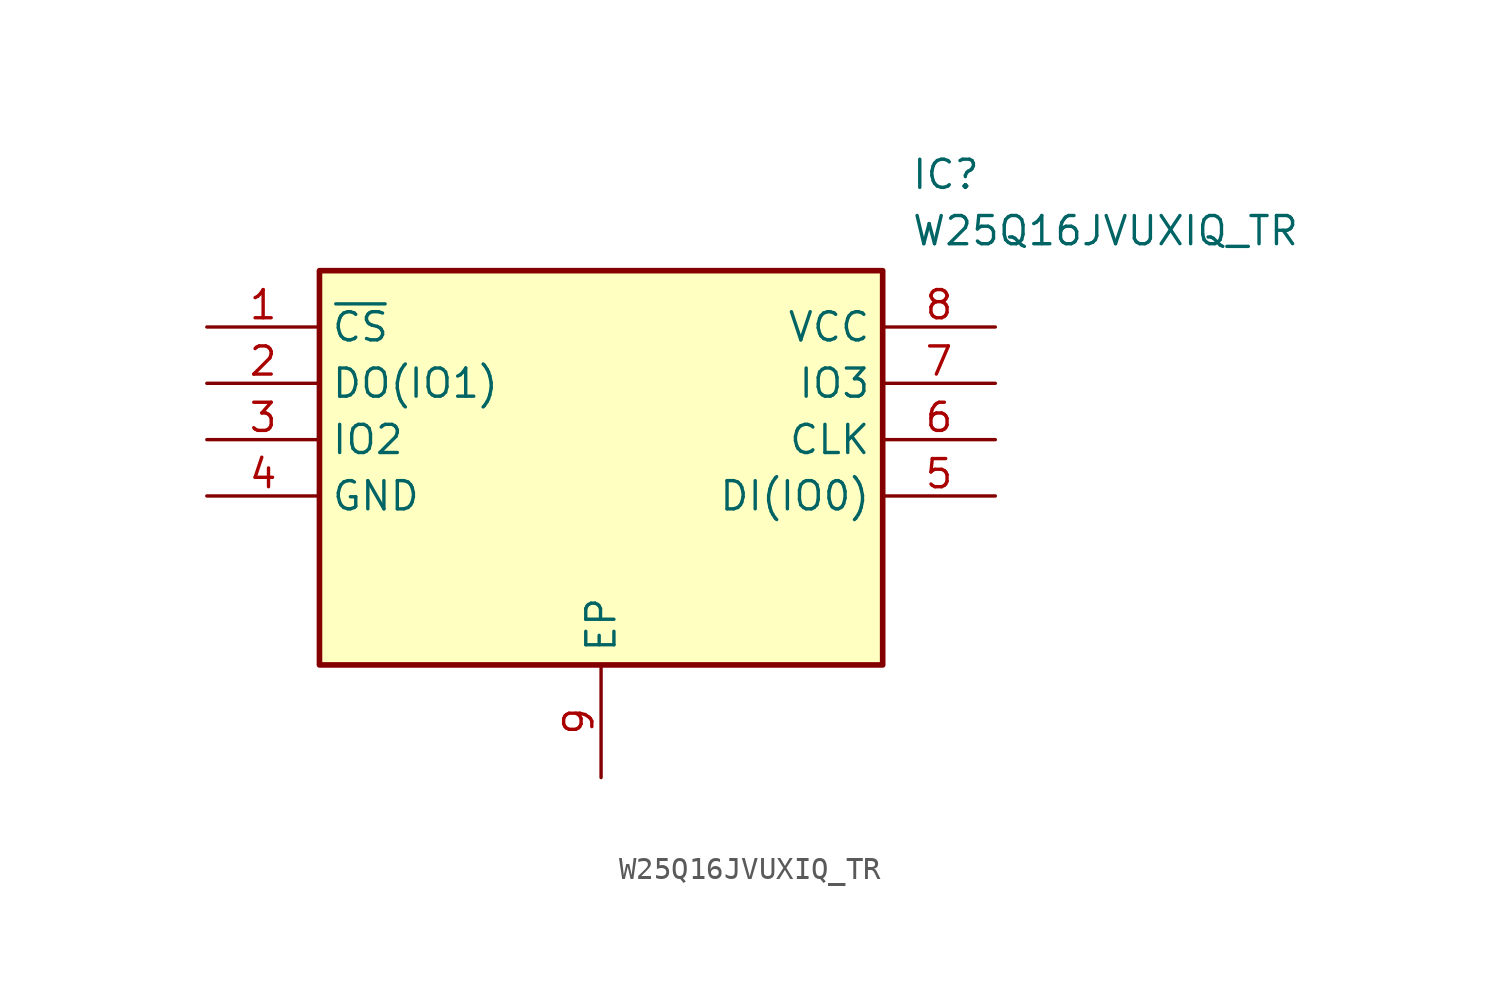
<source format=kicad_sym>
(kicad_symbol_lib
  (version 20211014)
  (generator SamacSys_ECAD_Model)
  (symbol "W25Q16JVUXIQ_TR"
    (property "Reference" "IC"
      (at 31.75 7.62 0)
      (effects (font (size 1.27 1.27)) (justify left top)))
    (property "Value" "W25Q16JVUXIQ_TR"
      (at 31.75 5.08 0)
      (effects (font (size 1.27 1.27)) (justify left top)))
    (rectangle
      (start 5.08 2.54)
      (end 30.48 -15.24)
      (stroke (width 0.254) (type default))
      (fill (type background)))
    (pin passive line
      (at 0 0 0)
      (length 5.08)
      (name "~{CS}" (effects (font (size 1.27 1.27))))
      (number "1" (effects (font (size 1.27 1.27)))))
    (pin passive line
      (at 0 -2.54 0)
      (length 5.08)
      (name "DO(IO1)" (effects (font (size 1.27 1.27))))
      (number "2" (effects (font (size 1.27 1.27)))))
    (pin passive line
      (at 0 -5.08 0)
      (length 5.08)
      (name "IO2" (effects (font (size 1.27 1.27))))
      (number "3" (effects (font (size 1.27 1.27)))))
    (pin passive line
      (at 0 -7.62 0)
      (length 5.08)
      (name "GND" (effects (font (size 1.27 1.27))))
      (number "4" (effects (font (size 1.27 1.27)))))
    (pin passive line
      (at 17.78 -20.32 90)
      (length 5.08)
      (name "EP" (effects (font (size 1.27 1.27))))
      (number "9" (effects (font (size 1.27 1.27)))))
    (pin passive line
      (at 35.56 0 180)
      (length 5.08)
      (name "VCC" (effects (font (size 1.27 1.27))))
      (number "8" (effects (font (size 1.27 1.27)))))
    (pin passive line
      (at 35.56 -2.54 180)
      (length 5.08)
      (name "IO3" (effects (font (size 1.27 1.27))))
      (number "7" (effects (font (size 1.27 1.27)))))
    (pin passive line
      (at 35.56 -5.08 180)
      (length 5.08)
      (name "CLK" (effects (font (size 1.27 1.27))))
      (number "6" (effects (font (size 1.27 1.27)))))
    (pin passive line
      (at 35.56 -7.62 180)
      (length 5.08)
      (name "DI(IO0)" (effects (font (size 1.27 1.27))))
      (number "5" (effects (font (size 1.27 1.27)))))))
</source>
